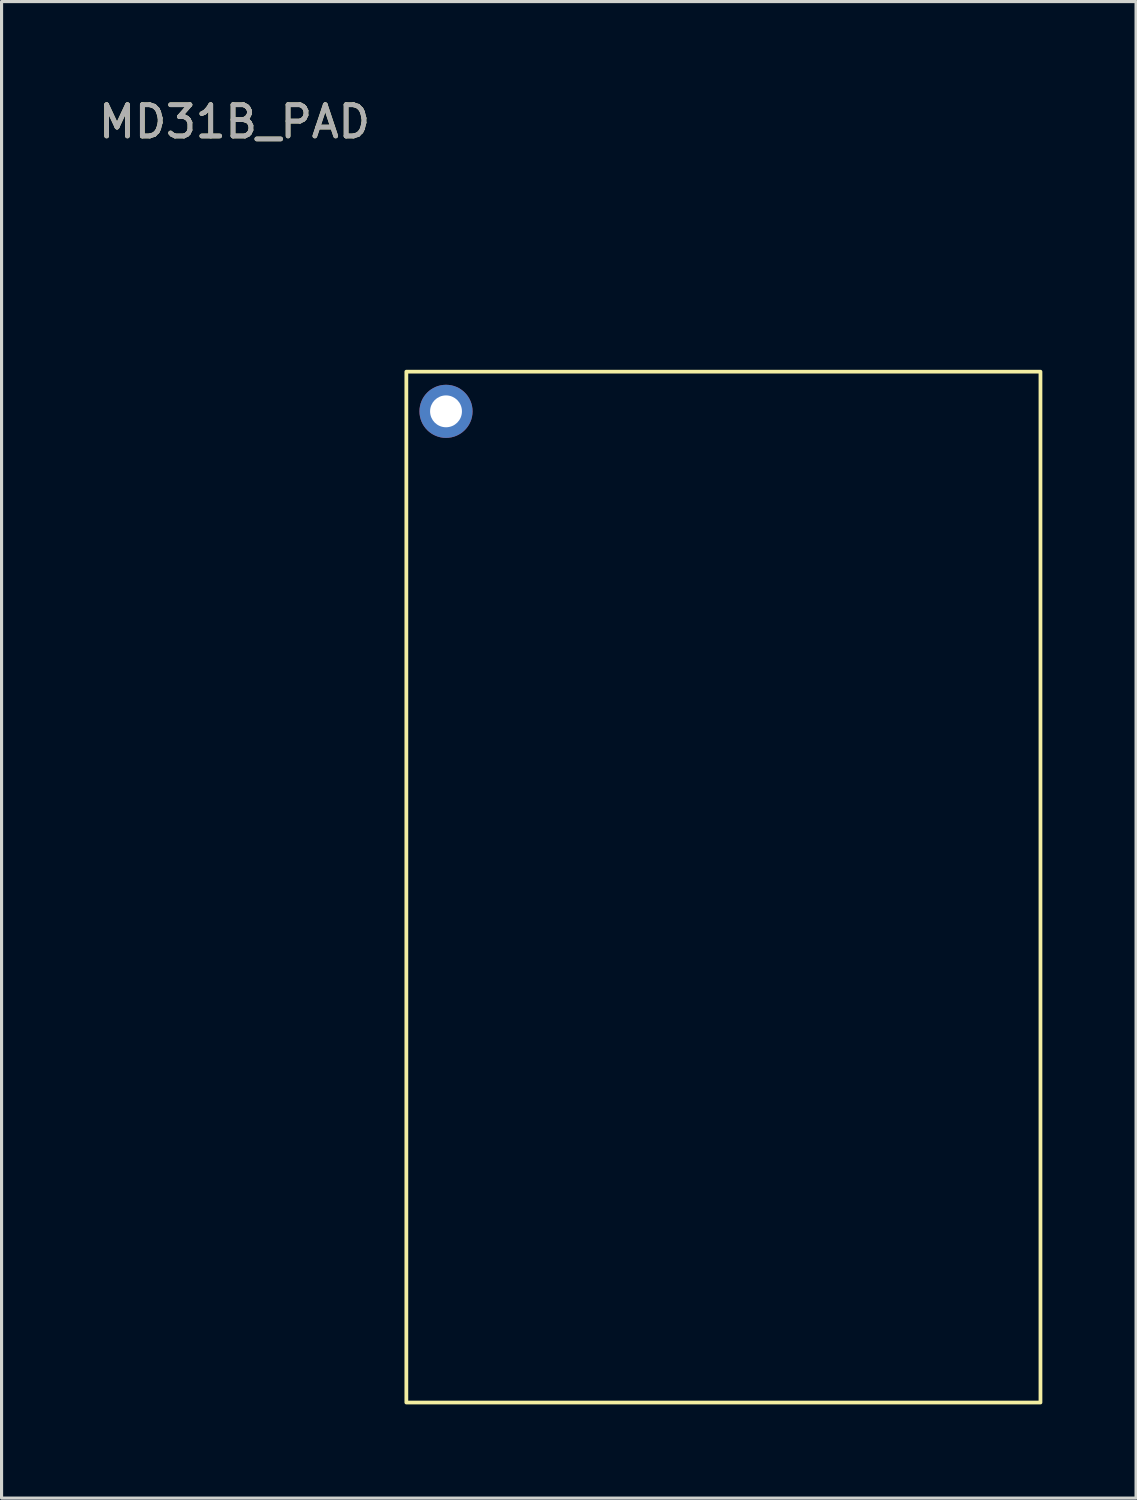
<source format=kicad_pcb>
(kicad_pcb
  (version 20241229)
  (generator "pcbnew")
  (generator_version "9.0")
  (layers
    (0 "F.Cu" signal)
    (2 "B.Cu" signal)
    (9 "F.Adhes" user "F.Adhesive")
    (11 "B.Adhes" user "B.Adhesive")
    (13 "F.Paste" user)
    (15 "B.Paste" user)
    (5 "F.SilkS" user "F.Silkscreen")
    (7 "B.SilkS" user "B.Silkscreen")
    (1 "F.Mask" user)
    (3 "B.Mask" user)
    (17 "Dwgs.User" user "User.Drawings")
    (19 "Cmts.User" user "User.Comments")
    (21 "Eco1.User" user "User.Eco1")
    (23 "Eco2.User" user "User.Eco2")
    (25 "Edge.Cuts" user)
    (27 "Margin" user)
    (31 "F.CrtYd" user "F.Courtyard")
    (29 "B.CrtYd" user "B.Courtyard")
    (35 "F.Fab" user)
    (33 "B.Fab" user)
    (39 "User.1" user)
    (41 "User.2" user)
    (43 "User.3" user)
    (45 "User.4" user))
  (footprint "MD31B_PAD"
    (layer "F.Cu")
    (at 9.958 8.848)
    (property "Reference" "MD31B_PAD" (at -5.5 -8 0) (unlocked yes) (layer "F.SilkS") (effects (font (size 1 1) (thickness 0.15))))
    (attr through_hole)
    (fp_rect (start 0 0) (end 20.3 33) (stroke (width 0.12) (type solid)) (fill no) (layer "F.SilkS"))
    (fp_text user "${REFERENCE}" (at -5.5 -8 0) (unlocked yes) (layer "F.Fab") (effects (font (size 1 1) (thickness 0.15))))
    (pad "1" thru_hole circle (at 1.27 1.27) (size 1.7 1.7) (drill 1.02) (layers "*.Cu" "*.Mask")))
  (gr_rect
    (start -3 -3)
    (end 33.318 44.908)
    (stroke (width 0.1) (type default))
    (fill no)
    (layer "Edge.Cuts")))
</source>
